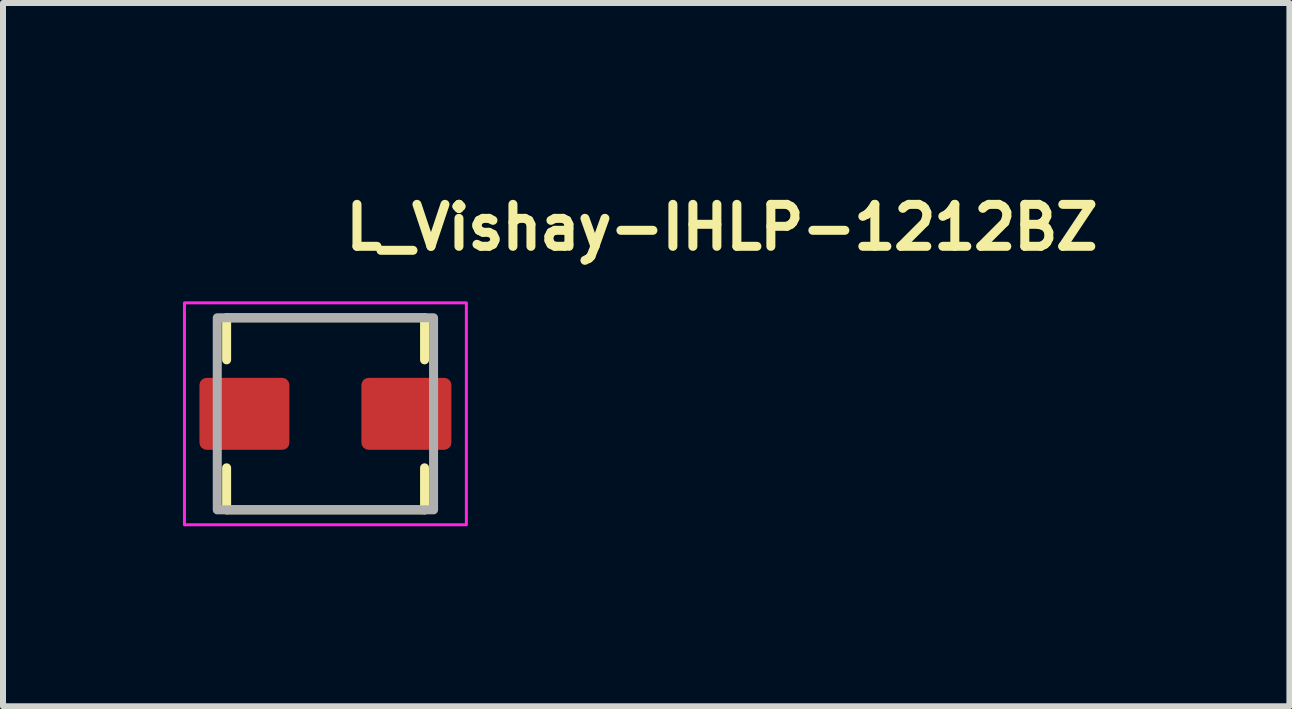
<source format=kicad_pcb>
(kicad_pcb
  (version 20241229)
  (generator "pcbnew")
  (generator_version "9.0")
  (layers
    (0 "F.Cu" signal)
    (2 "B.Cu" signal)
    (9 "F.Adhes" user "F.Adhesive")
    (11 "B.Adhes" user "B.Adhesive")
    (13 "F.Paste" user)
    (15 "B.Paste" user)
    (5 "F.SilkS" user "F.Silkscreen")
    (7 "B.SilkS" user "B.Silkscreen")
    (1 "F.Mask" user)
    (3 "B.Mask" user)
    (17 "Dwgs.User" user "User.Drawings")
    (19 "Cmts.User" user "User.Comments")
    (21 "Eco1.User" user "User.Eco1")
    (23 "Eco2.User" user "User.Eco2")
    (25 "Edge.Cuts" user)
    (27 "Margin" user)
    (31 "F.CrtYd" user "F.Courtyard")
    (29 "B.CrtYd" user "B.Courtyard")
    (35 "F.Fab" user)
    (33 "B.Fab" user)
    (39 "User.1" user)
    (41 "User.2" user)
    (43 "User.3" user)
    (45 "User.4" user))
  (footprint "L_Vishay-IHLP-1212BZ"
    (layer "F.Cu")
    (at 2.375 3.849)
    (property "Reference" "L_Vishay-IHLP-1212BZ" (at 0.261 -2.699 0) (layer "F.SilkS") (effects (font (size 0.7 0.7) (thickness 0.15)) (justify left bottom)))
    (attr smd)
    (fp_line (start -1.647 -1.6) (end 1.653 -1.6) (stroke (width 0.15) (type solid)) (layer "F.SilkS"))
    (fp_line (start -1.647 -0.9) (end -1.647 -1.6) (stroke (width 0.15) (type solid)) (layer "F.SilkS"))
    (fp_line (start -1.647 1.6) (end -1.647 0.9) (stroke (width 0.15) (type solid)) (layer "F.SilkS"))
    (fp_line (start 1.653 -1.6) (end 1.653 -0.9) (stroke (width 0.15) (type solid)) (layer "F.SilkS"))
    (fp_line (start 1.653 0.9) (end 1.653 1.601) (stroke (width 0.15) (type solid)) (layer "F.SilkS"))
    (fp_line (start 1.653 1.601) (end -1.647 1.6) (stroke (width 0.15) (type solid)) (layer "F.SilkS"))
    (fp_rect (start -2.35 -1.85) (end 2.35 1.85) (stroke (width 0.05) (type solid)) (fill no) (layer "F.CrtYd"))
    (fp_rect (start -1.803 -1.601) (end 1.803 1.601) (stroke (width 0.15) (type solid)) (fill no) (layer "F.Fab"))
    (fp_rect (start -1.803 -1.601) (end 1.803 1.601) (stroke (width 0.1) (type solid)) (fill no) (layer "User.5"))
    (fp_line (start -1.803 -0.355) (end -1.803 0.354) (stroke (width 0.02) (type solid)) (layer "User.9"))
    (fp_line (start -1.803 -0.355) (end -1.644 -0.355) (stroke (width 0.02) (type solid)) (layer "User.9"))
    (fp_line (start -1.803 0.354) (end -1.803 -0.355) (stroke (width 0.02) (type solid)) (layer "User.9"))
    (fp_line (start -1.803 0.354) (end -1.644 0.354) (stroke (width 0.02) (type solid)) (layer "User.9"))
    (fp_line (start -1.644 -1.601) (end -1.644 1.601) (stroke (width 0.02) (type solid)) (layer "User.9"))
    (fp_line (start -1.644 -1.601) (end 1.644 -1.601) (stroke (width 0.02) (type solid)) (layer "User.9"))
    (fp_line (start -1.644 -0.355) (end -1.803 -0.355) (stroke (width 0.02) (type solid)) (layer "User.9"))
    (fp_line (start -1.644 0.354) (end -1.803 0.354) (stroke (width 0.02) (type solid)) (layer "User.9"))
    (fp_line (start -1.644 1.601) (end -1.644 -1.601) (stroke (width 0.02) (type solid)) (layer "User.9"))
    (fp_line (start -1.644 1.601) (end 1.644 1.601) (stroke (width 0.02) (type solid)) (layer "User.9"))
    (fp_line (start -1.579 -1.534) (end -1.579 1.534) (stroke (width 0.02) (type solid)) (layer "User.9"))
    (fp_line (start -1.579 -1.534) (end -0.921 -1.534) (stroke (width 0.02) (type solid)) (layer "User.9"))
    (fp_line (start -1.579 1.534) (end -1.579 -1.534) (stroke (width 0.02) (type solid)) (layer "User.9"))
    (fp_line (start -1.579 1.534) (end -0.921 1.534) (stroke (width 0.02) (type solid)) (layer "User.9"))
    (fp_line (start -0.921 -1.534) (end -1.579 -1.534) (stroke (width 0.02) (type solid)) (layer "User.9"))
    (fp_line (start -0.921 -1.534) (end -0.921 1.534) (stroke (width 0.02) (type solid)) (layer "User.9"))
    (fp_line (start -0.921 1.534) (end -1.579 1.534) (stroke (width 0.02) (type solid)) (layer "User.9"))
    (fp_line (start -0.921 1.534) (end -0.921 -1.534) (stroke (width 0.02) (type solid)) (layer "User.9"))
    (fp_line (start 1.644 -1.601) (end -1.644 -1.601) (stroke (width 0.02) (type solid)) (layer "User.9"))
    (fp_line (start 1.644 -1.601) (end 1.644 1.601) (stroke (width 0.02) (type solid)) (layer "User.9"))
    (fp_line (start 1.644 -0.355) (end 1.803 -0.355) (stroke (width 0.02) (type solid)) (layer "User.9"))
    (fp_line (start 1.644 0.354) (end 1.803 0.354) (stroke (width 0.02) (type solid)) (layer "User.9"))
    (fp_line (start 1.644 1.601) (end -1.644 1.601) (stroke (width 0.02) (type solid)) (layer "User.9"))
    (fp_line (start 1.644 1.601) (end 1.644 -1.601) (stroke (width 0.02) (type solid)) (layer "User.9"))
    (fp_line (start 1.803 -0.355) (end 1.644 -0.355) (stroke (width 0.02) (type solid)) (layer "User.9"))
    (fp_line (start 1.803 -0.355) (end 1.803 0.354) (stroke (width 0.02) (type solid)) (layer "User.9"))
    (fp_line (start 1.803 0.354) (end 1.644 0.354) (stroke (width 0.02) (type solid)) (layer "User.9"))
    (fp_line (start 1.803 0.354) (end 1.803 -0.355) (stroke (width 0.02) (type solid)) (layer "User.9"))
    (pad "1" smd roundrect (at -1.35 0) (size 1.5 1.2) (layers "F.Cu" "F.Mask" "F.Paste") (roundrect_rratio 0.1))
    (pad "2" smd roundrect (at 1.35 0) (size 1.5 1.2) (layers "F.Cu" "F.Mask" "F.Paste") (roundrect_rratio 0.1)))
  (gr_rect
    (start -3 -3)
    (end 18.446 8.724)
    (stroke (width 0.1) (type default))
    (fill no)
    (layer "Edge.Cuts")))
</source>
